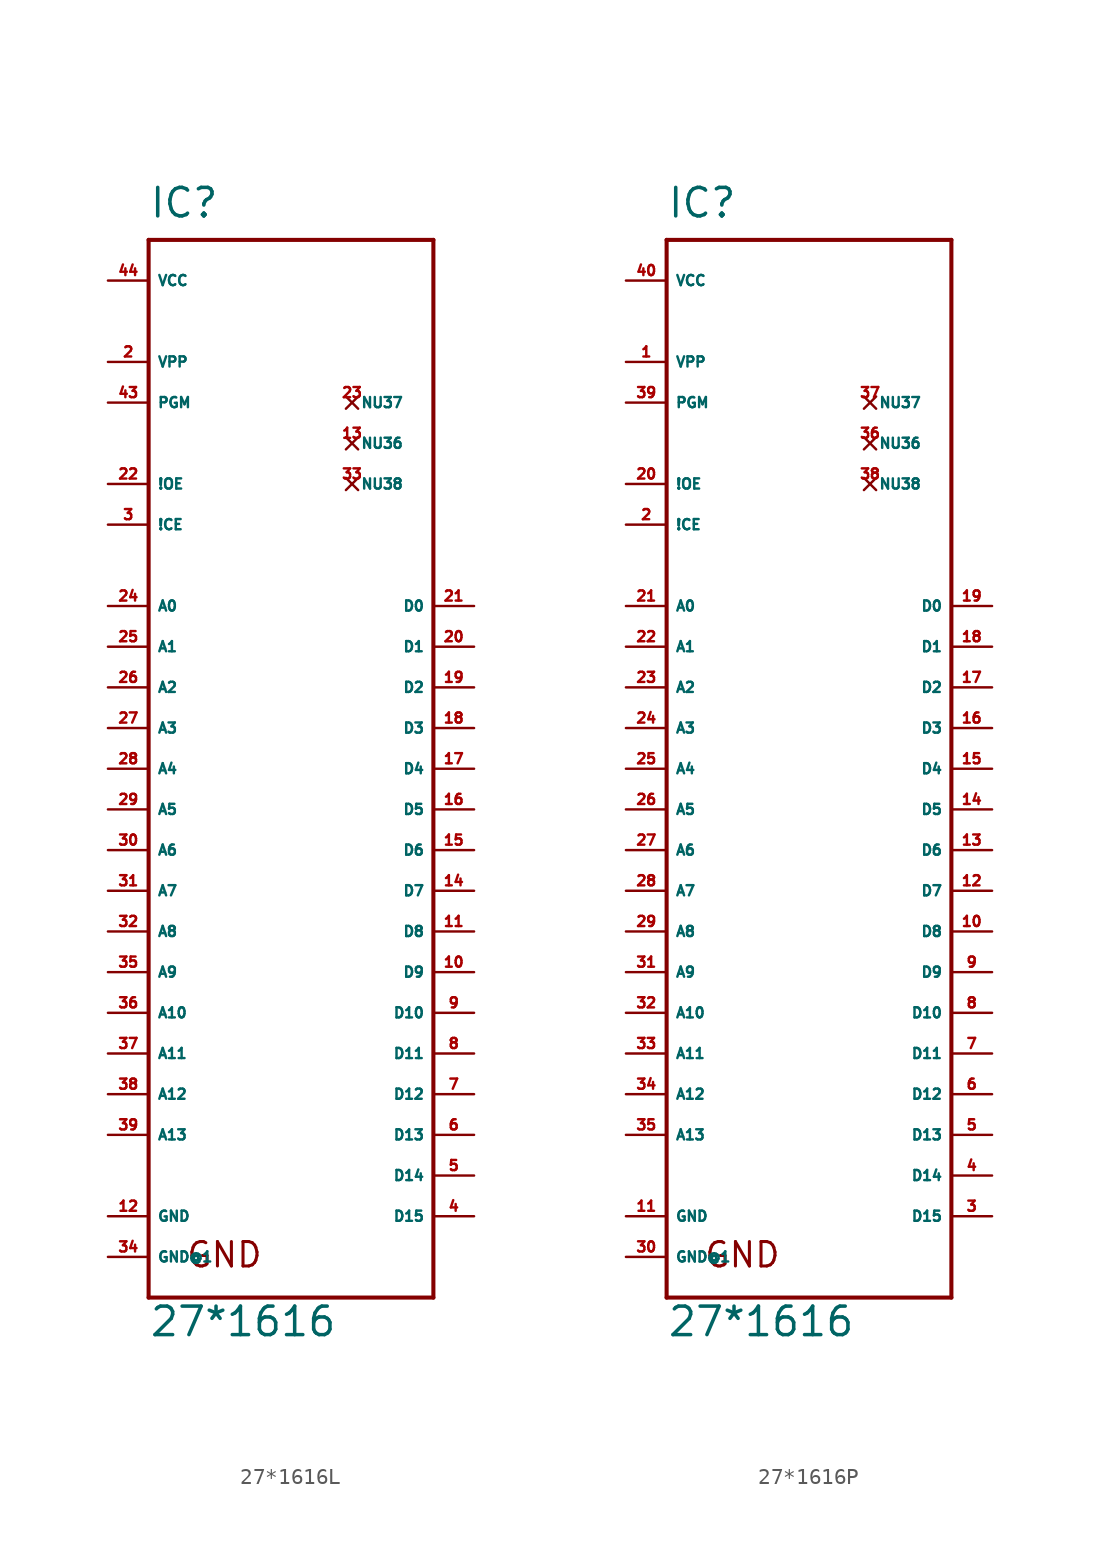
<source format=kicad_sym>
(kicad_symbol_lib
  (version 20220914)
  (generator Eagle2Kicad)
  (symbol "27*1616L"
    (property "Reference" "IC"
      (at -7.62 31.75 0)
      (effects (font (size 1.778 1.778) (thickness 0.22)) (justify left bottom)))
    (property "Value" "27*1616"
      (at -7.62 -38.1 0)
      (effects (font (size 1.778 1.778) (thickness 0.22)) (justify left bottom)))
    (polyline
      (pts (xy -7.62 30.48) (xy 10.16 30.48))
      (stroke (width 0.254) (type default))
      (fill (type none)))
    (polyline
      (pts (xy 10.16 30.48) (xy 10.16 -35.56))
      (stroke (width 0.254) (type default))
      (fill (type none)))
    (polyline
      (pts (xy 10.16 -35.56) (xy -7.62 -35.56))
      (stroke (width 0.254) (type default))
      (fill (type none)))
    (polyline
      (pts (xy -7.62 -35.56) (xy -7.62 30.48))
      (stroke (width 0.254) (type default))
      (fill (type none)))
    (text "GND"
      (at -5.334 -33.782 0)
      (effects (font (size 1.524 1.524) (thickness 0.19)) (justify left bottom)))
    (pin input line
      (at -10.16 7.62 0)
      (length 2.54)
      (name "A0" (effects (font (size 0.635 0.635) (thickness 0.08)) (justify left bottom)))
      (number "24" (effects (font (size 0.635 0.635) (thickness 0.08)) (justify left bottom))))
    (pin input line
      (at -10.16 5.08 0)
      (length 2.54)
      (name "A1" (effects (font (size 0.635 0.635) (thickness 0.08)) (justify left bottom)))
      (number "25" (effects (font (size 0.635 0.635) (thickness 0.08)) (justify left bottom))))
    (pin input line
      (at -10.16 2.54 0)
      (length 2.54)
      (name "A2" (effects (font (size 0.635 0.635) (thickness 0.08)) (justify left bottom)))
      (number "26" (effects (font (size 0.635 0.635) (thickness 0.08)) (justify left bottom))))
    (pin input line
      (at -10.16 0 0)
      (length 2.54)
      (name "A3" (effects (font (size 0.635 0.635) (thickness 0.08)) (justify left bottom)))
      (number "27" (effects (font (size 0.635 0.635) (thickness 0.08)) (justify left bottom))))
    (pin input line
      (at -10.16 -2.54 0)
      (length 2.54)
      (name "A4" (effects (font (size 0.635 0.635) (thickness 0.08)) (justify left bottom)))
      (number "28" (effects (font (size 0.635 0.635) (thickness 0.08)) (justify left bottom))))
    (pin input line
      (at -10.16 -5.08 0)
      (length 2.54)
      (name "A5" (effects (font (size 0.635 0.635) (thickness 0.08)) (justify left bottom)))
      (number "29" (effects (font (size 0.635 0.635) (thickness 0.08)) (justify left bottom))))
    (pin input line
      (at -10.16 -7.62 0)
      (length 2.54)
      (name "A6" (effects (font (size 0.635 0.635) (thickness 0.08)) (justify left bottom)))
      (number "30" (effects (font (size 0.635 0.635) (thickness 0.08)) (justify left bottom))))
    (pin input line
      (at -10.16 -10.16 0)
      (length 2.54)
      (name "A7" (effects (font (size 0.635 0.635) (thickness 0.08)) (justify left bottom)))
      (number "31" (effects (font (size 0.635 0.635) (thickness 0.08)) (justify left bottom))))
    (pin input line
      (at -10.16 -12.7 0)
      (length 2.54)
      (name "A8" (effects (font (size 0.635 0.635) (thickness 0.08)) (justify left bottom)))
      (number "32" (effects (font (size 0.635 0.635) (thickness 0.08)) (justify left bottom))))
    (pin input line
      (at -10.16 12.7 0)
      (length 2.54)
      (name "!CE" (effects (font (size 0.635 0.635) (thickness 0.08)) (justify left bottom)))
      (number "3" (effects (font (size 0.635 0.635) (thickness 0.08)) (justify left bottom))))
    (pin passive line
      (at -10.16 22.86 0)
      (length 2.54)
      (name "VPP" (effects (font (size 0.635 0.635) (thickness 0.08)) (justify left bottom)))
      (number "2" (effects (font (size 0.635 0.635) (thickness 0.08)) (justify left bottom))))
    (pin tri_state line
      (at 12.7 7.62 180)
      (length 2.54)
      (name "D0" (effects (font (size 0.635 0.635) (thickness 0.08)) (justify left bottom)))
      (number "21" (effects (font (size 0.635 0.635) (thickness 0.08)) (justify left bottom))))
    (pin tri_state line
      (at 12.7 5.08 180)
      (length 2.54)
      (name "D1" (effects (font (size 0.635 0.635) (thickness 0.08)) (justify left bottom)))
      (number "20" (effects (font (size 0.635 0.635) (thickness 0.08)) (justify left bottom))))
    (pin tri_state line
      (at 12.7 2.54 180)
      (length 2.54)
      (name "D2" (effects (font (size 0.635 0.635) (thickness 0.08)) (justify left bottom)))
      (number "19" (effects (font (size 0.635 0.635) (thickness 0.08)) (justify left bottom))))
    (pin tri_state line
      (at 12.7 0 180)
      (length 2.54)
      (name "D3" (effects (font (size 0.635 0.635) (thickness 0.08)) (justify left bottom)))
      (number "18" (effects (font (size 0.635 0.635) (thickness 0.08)) (justify left bottom))))
    (pin tri_state line
      (at 12.7 -2.54 180)
      (length 2.54)
      (name "D4" (effects (font (size 0.635 0.635) (thickness 0.08)) (justify left bottom)))
      (number "17" (effects (font (size 0.635 0.635) (thickness 0.08)) (justify left bottom))))
    (pin tri_state line
      (at 12.7 -5.08 180)
      (length 2.54)
      (name "D5" (effects (font (size 0.635 0.635) (thickness 0.08)) (justify left bottom)))
      (number "16" (effects (font (size 0.635 0.635) (thickness 0.08)) (justify left bottom))))
    (pin tri_state line
      (at 12.7 -7.62 180)
      (length 2.54)
      (name "D6" (effects (font (size 0.635 0.635) (thickness 0.08)) (justify left bottom)))
      (number "15" (effects (font (size 0.635 0.635) (thickness 0.08)) (justify left bottom))))
    (pin tri_state line
      (at 12.7 -10.16 180)
      (length 2.54)
      (name "D7" (effects (font (size 0.635 0.635) (thickness 0.08)) (justify left bottom)))
      (number "14" (effects (font (size 0.635 0.635) (thickness 0.08)) (justify left bottom))))
    (pin unspecified line
      (at -10.16 27.94 0)
      (length 2.54)
      (name "VCC" (effects (font (size 0.635 0.635) (thickness 0.08)) (justify left bottom)))
      (number "44" (effects (font (size 0.635 0.635) (thickness 0.08)) (justify left bottom))))
    (pin unspecified line
      (at -10.16 -30.48 0)
      (length 2.54)
      (name "GND" (effects (font (size 0.635 0.635) (thickness 0.08)) (justify left bottom)))
      (number "12" (effects (font (size 0.635 0.635) (thickness 0.08)) (justify left bottom))))
    (pin input line
      (at -10.16 -15.24 0)
      (length 2.54)
      (name "A9" (effects (font (size 0.635 0.635) (thickness 0.08)) (justify left bottom)))
      (number "35" (effects (font (size 0.635 0.635) (thickness 0.08)) (justify left bottom))))
    (pin input line
      (at -10.16 -17.78 0)
      (length 2.54)
      (name "A10" (effects (font (size 0.635 0.635) (thickness 0.08)) (justify left bottom)))
      (number "36" (effects (font (size 0.635 0.635) (thickness 0.08)) (justify left bottom))))
    (pin no_connect line
      (at 5.08 17.78 0)
      (length 0)
      (name "NU36" (effects (font (size 0.635 0.635) (thickness 0.08)) (justify left bottom) hide))
      (number "13" (effects (font (size 0.635 0.635) (thickness 0.08)) (justify left bottom) hide)))
    (pin input line
      (at -10.16 -20.32 0)
      (length 2.54)
      (name "A11" (effects (font (size 0.635 0.635) (thickness 0.08)) (justify left bottom)))
      (number "37" (effects (font (size 0.635 0.635) (thickness 0.08)) (justify left bottom))))
    (pin input line
      (at -10.16 -22.86 0)
      (length 2.54)
      (name "A12" (effects (font (size 0.635 0.635) (thickness 0.08)) (justify left bottom)))
      (number "38" (effects (font (size 0.635 0.635) (thickness 0.08)) (justify left bottom))))
    (pin no_connect line
      (at 5.08 20.32 0)
      (length 0)
      (name "NU37" (effects (font (size 0.635 0.635) (thickness 0.08)) (justify left bottom) hide))
      (number "23" (effects (font (size 0.635 0.635) (thickness 0.08)) (justify left bottom) hide)))
    (pin input line
      (at -10.16 -25.4 0)
      (length 2.54)
      (name "A13" (effects (font (size 0.635 0.635) (thickness 0.08)) (justify left bottom)))
      (number "39" (effects (font (size 0.635 0.635) (thickness 0.08)) (justify left bottom))))
    (pin tri_state line
      (at 12.7 -12.7 180)
      (length 2.54)
      (name "D8" (effects (font (size 0.635 0.635) (thickness 0.08)) (justify left bottom)))
      (number "11" (effects (font (size 0.635 0.635) (thickness 0.08)) (justify left bottom))))
    (pin tri_state line
      (at 12.7 -15.24 180)
      (length 2.54)
      (name "D9" (effects (font (size 0.635 0.635) (thickness 0.08)) (justify left bottom)))
      (number "10" (effects (font (size 0.635 0.635) (thickness 0.08)) (justify left bottom))))
    (pin tri_state line
      (at 12.7 -17.78 180)
      (length 2.54)
      (name "D10" (effects (font (size 0.635 0.635) (thickness 0.08)) (justify left bottom)))
      (number "9" (effects (font (size 0.635 0.635) (thickness 0.08)) (justify left bottom))))
    (pin tri_state line
      (at 12.7 -20.32 180)
      (length 2.54)
      (name "D11" (effects (font (size 0.635 0.635) (thickness 0.08)) (justify left bottom)))
      (number "8" (effects (font (size 0.635 0.635) (thickness 0.08)) (justify left bottom))))
    (pin tri_state line
      (at 12.7 -22.86 180)
      (length 2.54)
      (name "D12" (effects (font (size 0.635 0.635) (thickness 0.08)) (justify left bottom)))
      (number "7" (effects (font (size 0.635 0.635) (thickness 0.08)) (justify left bottom))))
    (pin tri_state line
      (at 12.7 -25.4 180)
      (length 2.54)
      (name "D13" (effects (font (size 0.635 0.635) (thickness 0.08)) (justify left bottom)))
      (number "6" (effects (font (size 0.635 0.635) (thickness 0.08)) (justify left bottom))))
    (pin tri_state line
      (at 12.7 -27.94 180)
      (length 2.54)
      (name "D14" (effects (font (size 0.635 0.635) (thickness 0.08)) (justify left bottom)))
      (number "5" (effects (font (size 0.635 0.635) (thickness 0.08)) (justify left bottom))))
    (pin tri_state line
      (at 12.7 -30.48 180)
      (length 2.54)
      (name "D15" (effects (font (size 0.635 0.635) (thickness 0.08)) (justify left bottom)))
      (number "4" (effects (font (size 0.635 0.635) (thickness 0.08)) (justify left bottom))))
    (pin unspecified line
      (at -10.16 -33.02 0)
      (length 2.54)
      (name "GND@1" (effects (font (size 0.635 0.635) (thickness 0.08)) (justify left bottom)))
      (number "34" (effects (font (size 0.635 0.635) (thickness 0.08)) (justify left bottom))))
    (pin input line
      (at -10.16 15.24 0)
      (length 2.54)
      (name "!OE" (effects (font (size 0.635 0.635) (thickness 0.08)) (justify left bottom)))
      (number "22" (effects (font (size 0.635 0.635) (thickness 0.08)) (justify left bottom))))
    (pin passive line
      (at -10.16 20.32 0)
      (length 2.54)
      (name "PGM" (effects (font (size 0.635 0.635) (thickness 0.08)) (justify left bottom)))
      (number "43" (effects (font (size 0.635 0.635) (thickness 0.08)) (justify left bottom))))
    (pin no_connect line
      (at 5.08 15.24 0)
      (length 0)
      (name "NU38" (effects (font (size 0.635 0.635) (thickness 0.08)) (justify left bottom) hide))
      (number "33" (effects (font (size 0.635 0.635) (thickness 0.08)) (justify left bottom) hide))))
  (symbol "27*1616P"
    (property "Reference" "IC"
      (at -7.62 31.75 0)
      (effects (font (size 1.778 1.778) (thickness 0.22)) (justify left bottom)))
    (property "Value" "27*1616"
      (at -7.62 -38.1 0)
      (effects (font (size 1.778 1.778) (thickness 0.22)) (justify left bottom)))
    (polyline
      (pts (xy -7.62 30.48) (xy 10.16 30.48))
      (stroke (width 0.254) (type default))
      (fill (type none)))
    (polyline
      (pts (xy 10.16 30.48) (xy 10.16 -35.56))
      (stroke (width 0.254) (type default))
      (fill (type none)))
    (polyline
      (pts (xy 10.16 -35.56) (xy -7.62 -35.56))
      (stroke (width 0.254) (type default))
      (fill (type none)))
    (polyline
      (pts (xy -7.62 -35.56) (xy -7.62 30.48))
      (stroke (width 0.254) (type default))
      (fill (type none)))
    (text "GND"
      (at -5.334 -33.782 0)
      (effects (font (size 1.524 1.524) (thickness 0.19)) (justify left bottom)))
    (pin input line
      (at -10.16 7.62 0)
      (length 2.54)
      (name "A0" (effects (font (size 0.635 0.635) (thickness 0.08)) (justify left bottom)))
      (number "21" (effects (font (size 0.635 0.635) (thickness 0.08)) (justify left bottom))))
    (pin input line
      (at -10.16 5.08 0)
      (length 2.54)
      (name "A1" (effects (font (size 0.635 0.635) (thickness 0.08)) (justify left bottom)))
      (number "22" (effects (font (size 0.635 0.635) (thickness 0.08)) (justify left bottom))))
    (pin input line
      (at -10.16 2.54 0)
      (length 2.54)
      (name "A2" (effects (font (size 0.635 0.635) (thickness 0.08)) (justify left bottom)))
      (number "23" (effects (font (size 0.635 0.635) (thickness 0.08)) (justify left bottom))))
    (pin input line
      (at -10.16 0 0)
      (length 2.54)
      (name "A3" (effects (font (size 0.635 0.635) (thickness 0.08)) (justify left bottom)))
      (number "24" (effects (font (size 0.635 0.635) (thickness 0.08)) (justify left bottom))))
    (pin input line
      (at -10.16 -2.54 0)
      (length 2.54)
      (name "A4" (effects (font (size 0.635 0.635) (thickness 0.08)) (justify left bottom)))
      (number "25" (effects (font (size 0.635 0.635) (thickness 0.08)) (justify left bottom))))
    (pin input line
      (at -10.16 -5.08 0)
      (length 2.54)
      (name "A5" (effects (font (size 0.635 0.635) (thickness 0.08)) (justify left bottom)))
      (number "26" (effects (font (size 0.635 0.635) (thickness 0.08)) (justify left bottom))))
    (pin input line
      (at -10.16 -7.62 0)
      (length 2.54)
      (name "A6" (effects (font (size 0.635 0.635) (thickness 0.08)) (justify left bottom)))
      (number "27" (effects (font (size 0.635 0.635) (thickness 0.08)) (justify left bottom))))
    (pin input line
      (at -10.16 -10.16 0)
      (length 2.54)
      (name "A7" (effects (font (size 0.635 0.635) (thickness 0.08)) (justify left bottom)))
      (number "28" (effects (font (size 0.635 0.635) (thickness 0.08)) (justify left bottom))))
    (pin input line
      (at -10.16 -12.7 0)
      (length 2.54)
      (name "A8" (effects (font (size 0.635 0.635) (thickness 0.08)) (justify left bottom)))
      (number "29" (effects (font (size 0.635 0.635) (thickness 0.08)) (justify left bottom))))
    (pin input line
      (at -10.16 12.7 0)
      (length 2.54)
      (name "!CE" (effects (font (size 0.635 0.635) (thickness 0.08)) (justify left bottom)))
      (number "2" (effects (font (size 0.635 0.635) (thickness 0.08)) (justify left bottom))))
    (pin passive line
      (at -10.16 22.86 0)
      (length 2.54)
      (name "VPP" (effects (font (size 0.635 0.635) (thickness 0.08)) (justify left bottom)))
      (number "1" (effects (font (size 0.635 0.635) (thickness 0.08)) (justify left bottom))))
    (pin tri_state line
      (at 12.7 7.62 180)
      (length 2.54)
      (name "D0" (effects (font (size 0.635 0.635) (thickness 0.08)) (justify left bottom)))
      (number "19" (effects (font (size 0.635 0.635) (thickness 0.08)) (justify left bottom))))
    (pin tri_state line
      (at 12.7 5.08 180)
      (length 2.54)
      (name "D1" (effects (font (size 0.635 0.635) (thickness 0.08)) (justify left bottom)))
      (number "18" (effects (font (size 0.635 0.635) (thickness 0.08)) (justify left bottom))))
    (pin tri_state line
      (at 12.7 2.54 180)
      (length 2.54)
      (name "D2" (effects (font (size 0.635 0.635) (thickness 0.08)) (justify left bottom)))
      (number "17" (effects (font (size 0.635 0.635) (thickness 0.08)) (justify left bottom))))
    (pin tri_state line
      (at 12.7 0 180)
      (length 2.54)
      (name "D3" (effects (font (size 0.635 0.635) (thickness 0.08)) (justify left bottom)))
      (number "16" (effects (font (size 0.635 0.635) (thickness 0.08)) (justify left bottom))))
    (pin tri_state line
      (at 12.7 -2.54 180)
      (length 2.54)
      (name "D4" (effects (font (size 0.635 0.635) (thickness 0.08)) (justify left bottom)))
      (number "15" (effects (font (size 0.635 0.635) (thickness 0.08)) (justify left bottom))))
    (pin tri_state line
      (at 12.7 -5.08 180)
      (length 2.54)
      (name "D5" (effects (font (size 0.635 0.635) (thickness 0.08)) (justify left bottom)))
      (number "14" (effects (font (size 0.635 0.635) (thickness 0.08)) (justify left bottom))))
    (pin tri_state line
      (at 12.7 -7.62 180)
      (length 2.54)
      (name "D6" (effects (font (size 0.635 0.635) (thickness 0.08)) (justify left bottom)))
      (number "13" (effects (font (size 0.635 0.635) (thickness 0.08)) (justify left bottom))))
    (pin tri_state line
      (at 12.7 -10.16 180)
      (length 2.54)
      (name "D7" (effects (font (size 0.635 0.635) (thickness 0.08)) (justify left bottom)))
      (number "12" (effects (font (size 0.635 0.635) (thickness 0.08)) (justify left bottom))))
    (pin unspecified line
      (at -10.16 27.94 0)
      (length 2.54)
      (name "VCC" (effects (font (size 0.635 0.635) (thickness 0.08)) (justify left bottom)))
      (number "40" (effects (font (size 0.635 0.635) (thickness 0.08)) (justify left bottom))))
    (pin unspecified line
      (at -10.16 -30.48 0)
      (length 2.54)
      (name "GND" (effects (font (size 0.635 0.635) (thickness 0.08)) (justify left bottom)))
      (number "11" (effects (font (size 0.635 0.635) (thickness 0.08)) (justify left bottom))))
    (pin input line
      (at -10.16 -15.24 0)
      (length 2.54)
      (name "A9" (effects (font (size 0.635 0.635) (thickness 0.08)) (justify left bottom)))
      (number "31" (effects (font (size 0.635 0.635) (thickness 0.08)) (justify left bottom))))
    (pin input line
      (at -10.16 -17.78 0)
      (length 2.54)
      (name "A10" (effects (font (size 0.635 0.635) (thickness 0.08)) (justify left bottom)))
      (number "32" (effects (font (size 0.635 0.635) (thickness 0.08)) (justify left bottom))))
    (pin no_connect line
      (at 5.08 17.78 0)
      (length 0)
      (name "NU36" (effects (font (size 0.635 0.635) (thickness 0.08)) (justify left bottom) hide))
      (number "36" (effects (font (size 0.635 0.635) (thickness 0.08)) (justify left bottom) hide)))
    (pin input line
      (at -10.16 -20.32 0)
      (length 2.54)
      (name "A11" (effects (font (size 0.635 0.635) (thickness 0.08)) (justify left bottom)))
      (number "33" (effects (font (size 0.635 0.635) (thickness 0.08)) (justify left bottom))))
    (pin input line
      (at -10.16 -22.86 0)
      (length 2.54)
      (name "A12" (effects (font (size 0.635 0.635) (thickness 0.08)) (justify left bottom)))
      (number "34" (effects (font (size 0.635 0.635) (thickness 0.08)) (justify left bottom))))
    (pin no_connect line
      (at 5.08 20.32 0)
      (length 0)
      (name "NU37" (effects (font (size 0.635 0.635) (thickness 0.08)) (justify left bottom) hide))
      (number "37" (effects (font (size 0.635 0.635) (thickness 0.08)) (justify left bottom) hide)))
    (pin input line
      (at -10.16 -25.4 0)
      (length 2.54)
      (name "A13" (effects (font (size 0.635 0.635) (thickness 0.08)) (justify left bottom)))
      (number "35" (effects (font (size 0.635 0.635) (thickness 0.08)) (justify left bottom))))
    (pin tri_state line
      (at 12.7 -12.7 180)
      (length 2.54)
      (name "D8" (effects (font (size 0.635 0.635) (thickness 0.08)) (justify left bottom)))
      (number "10" (effects (font (size 0.635 0.635) (thickness 0.08)) (justify left bottom))))
    (pin tri_state line
      (at 12.7 -15.24 180)
      (length 2.54)
      (name "D9" (effects (font (size 0.635 0.635) (thickness 0.08)) (justify left bottom)))
      (number "9" (effects (font (size 0.635 0.635) (thickness 0.08)) (justify left bottom))))
    (pin tri_state line
      (at 12.7 -17.78 180)
      (length 2.54)
      (name "D10" (effects (font (size 0.635 0.635) (thickness 0.08)) (justify left bottom)))
      (number "8" (effects (font (size 0.635 0.635) (thickness 0.08)) (justify left bottom))))
    (pin tri_state line
      (at 12.7 -20.32 180)
      (length 2.54)
      (name "D11" (effects (font (size 0.635 0.635) (thickness 0.08)) (justify left bottom)))
      (number "7" (effects (font (size 0.635 0.635) (thickness 0.08)) (justify left bottom))))
    (pin tri_state line
      (at 12.7 -22.86 180)
      (length 2.54)
      (name "D12" (effects (font (size 0.635 0.635) (thickness 0.08)) (justify left bottom)))
      (number "6" (effects (font (size 0.635 0.635) (thickness 0.08)) (justify left bottom))))
    (pin tri_state line
      (at 12.7 -25.4 180)
      (length 2.54)
      (name "D13" (effects (font (size 0.635 0.635) (thickness 0.08)) (justify left bottom)))
      (number "5" (effects (font (size 0.635 0.635) (thickness 0.08)) (justify left bottom))))
    (pin tri_state line
      (at 12.7 -27.94 180)
      (length 2.54)
      (name "D14" (effects (font (size 0.635 0.635) (thickness 0.08)) (justify left bottom)))
      (number "4" (effects (font (size 0.635 0.635) (thickness 0.08)) (justify left bottom))))
    (pin tri_state line
      (at 12.7 -30.48 180)
      (length 2.54)
      (name "D15" (effects (font (size 0.635 0.635) (thickness 0.08)) (justify left bottom)))
      (number "3" (effects (font (size 0.635 0.635) (thickness 0.08)) (justify left bottom))))
    (pin unspecified line
      (at -10.16 -33.02 0)
      (length 2.54)
      (name "GND@1" (effects (font (size 0.635 0.635) (thickness 0.08)) (justify left bottom)))
      (number "30" (effects (font (size 0.635 0.635) (thickness 0.08)) (justify left bottom))))
    (pin input line
      (at -10.16 15.24 0)
      (length 2.54)
      (name "!OE" (effects (font (size 0.635 0.635) (thickness 0.08)) (justify left bottom)))
      (number "20" (effects (font (size 0.635 0.635) (thickness 0.08)) (justify left bottom))))
    (pin passive line
      (at -10.16 20.32 0)
      (length 2.54)
      (name "PGM" (effects (font (size 0.635 0.635) (thickness 0.08)) (justify left bottom)))
      (number "39" (effects (font (size 0.635 0.635) (thickness 0.08)) (justify left bottom))))
    (pin no_connect line
      (at 5.08 15.24 0)
      (length 0)
      (name "NU38" (effects (font (size 0.635 0.635) (thickness 0.08)) (justify left bottom) hide))
      (number "38" (effects (font (size 0.635 0.635) (thickness 0.08)) (justify left bottom) hide)))))
</source>
